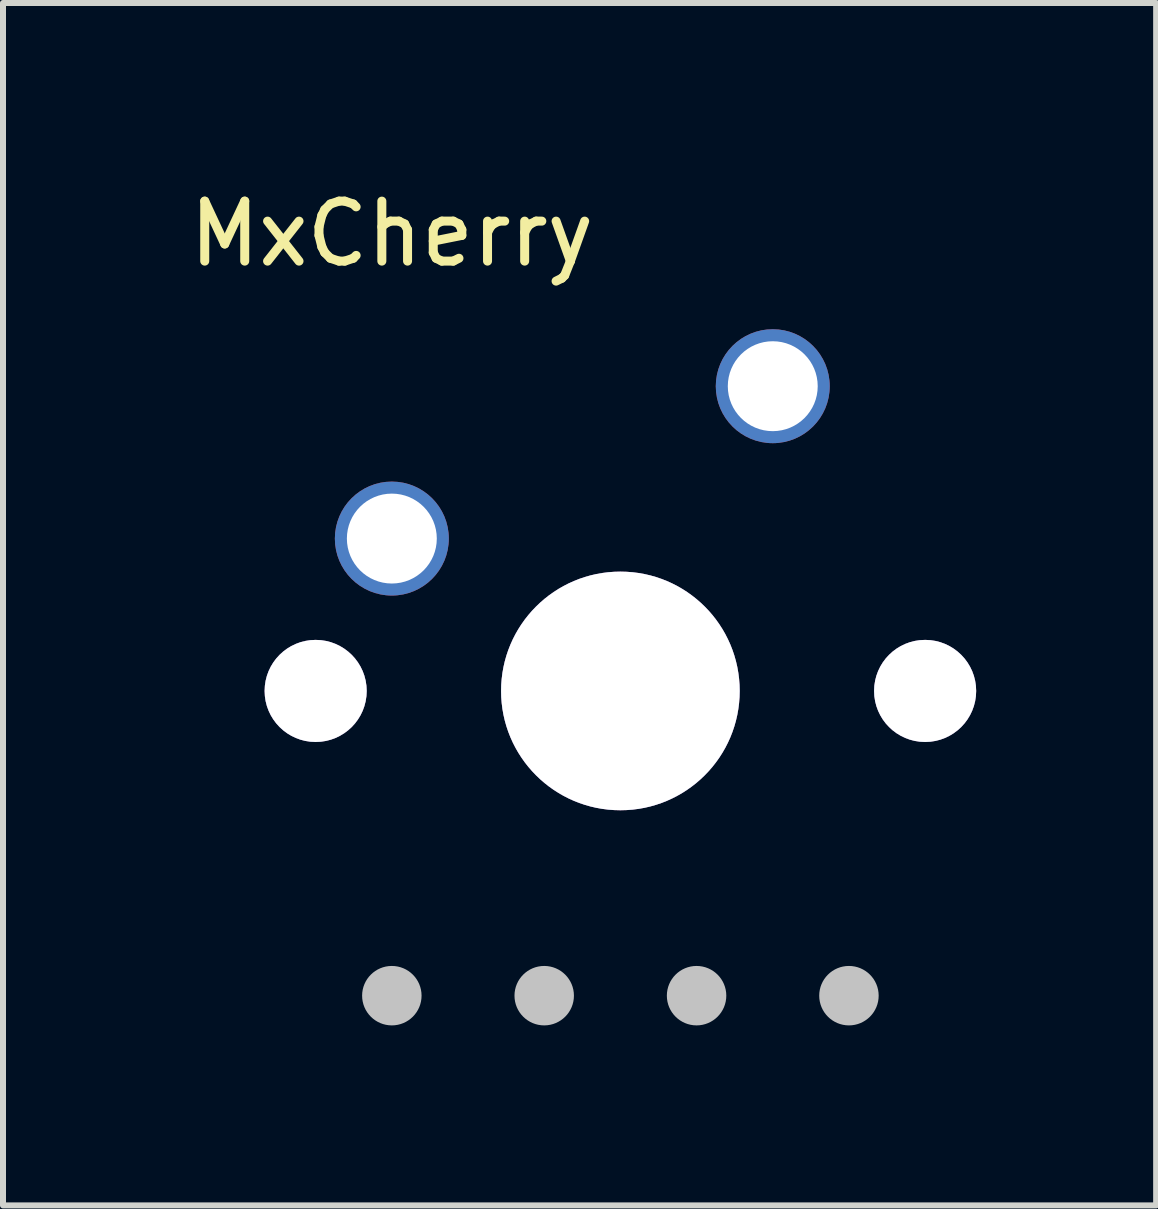
<source format=kicad_pcb>
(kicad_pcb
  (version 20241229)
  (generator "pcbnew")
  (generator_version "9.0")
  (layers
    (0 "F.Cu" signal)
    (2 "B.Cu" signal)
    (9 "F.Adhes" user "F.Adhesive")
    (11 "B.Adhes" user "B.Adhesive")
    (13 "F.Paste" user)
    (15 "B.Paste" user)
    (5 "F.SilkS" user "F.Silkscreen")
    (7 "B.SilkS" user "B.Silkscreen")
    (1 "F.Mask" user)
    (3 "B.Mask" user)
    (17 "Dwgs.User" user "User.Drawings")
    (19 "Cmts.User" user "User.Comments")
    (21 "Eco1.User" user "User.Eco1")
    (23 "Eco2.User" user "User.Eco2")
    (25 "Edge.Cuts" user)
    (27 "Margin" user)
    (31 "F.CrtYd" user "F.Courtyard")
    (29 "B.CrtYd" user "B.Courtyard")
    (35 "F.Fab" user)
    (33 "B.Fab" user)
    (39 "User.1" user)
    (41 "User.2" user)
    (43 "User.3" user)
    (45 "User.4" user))
  (footprint "MxCherry"
    (layer "F.Cu")
    (at 7.292 13.548)
    (property "Reference" "MxCherry" (at -3.81 -12.7 0) (layer "F.SilkS") (effects (font (size 1 1) (thickness 0.15))))
    (attr through_hole)
    (pad "" thru_hole circle (at -5.08 -5.08) (size 1.702 1.702) (drill 1.702) (layers "*.Cu" "*.Mask"))
    (pad "" smd circle (at -3.81 0) (size 0.991 0.991) (layers "Dwgs.User"))
    (pad "" smd circle (at -1.27 0) (size 0.991 0.991) (layers "Dwgs.User"))
    (pad "" thru_hole circle (at 0 -5.08) (size 3.978 3.978) (drill 3.978) (layers "*.Cu" "*.Mask"))
    (pad "" smd circle (at 1.27 0) (size 0.991 0.991) (layers "Dwgs.User"))
    (pad "" smd circle (at 3.81 0) (size 0.991 0.991) (layers "Dwgs.User"))
    (pad "" thru_hole circle (at 5.08 -5.08) (size 1.702 1.702) (drill 1.702) (layers "*.Cu" "*.Mask"))
    (pad "1" thru_hole circle (at -3.81 -7.62) (size 1.9 1.9) (drill 1.499) (layers "*.Cu" "*.Mask"))
    (pad "2" thru_hole circle (at 2.54 -10.16) (size 1.9 1.9) (drill 1.499) (layers "*.Cu" "*.Mask")))
  (gr_rect
    (start -3 -3)
    (end 16.223 17.044)
    (stroke (width 0.1) (type default))
    (fill no)
    (layer "Edge.Cuts")))
</source>
